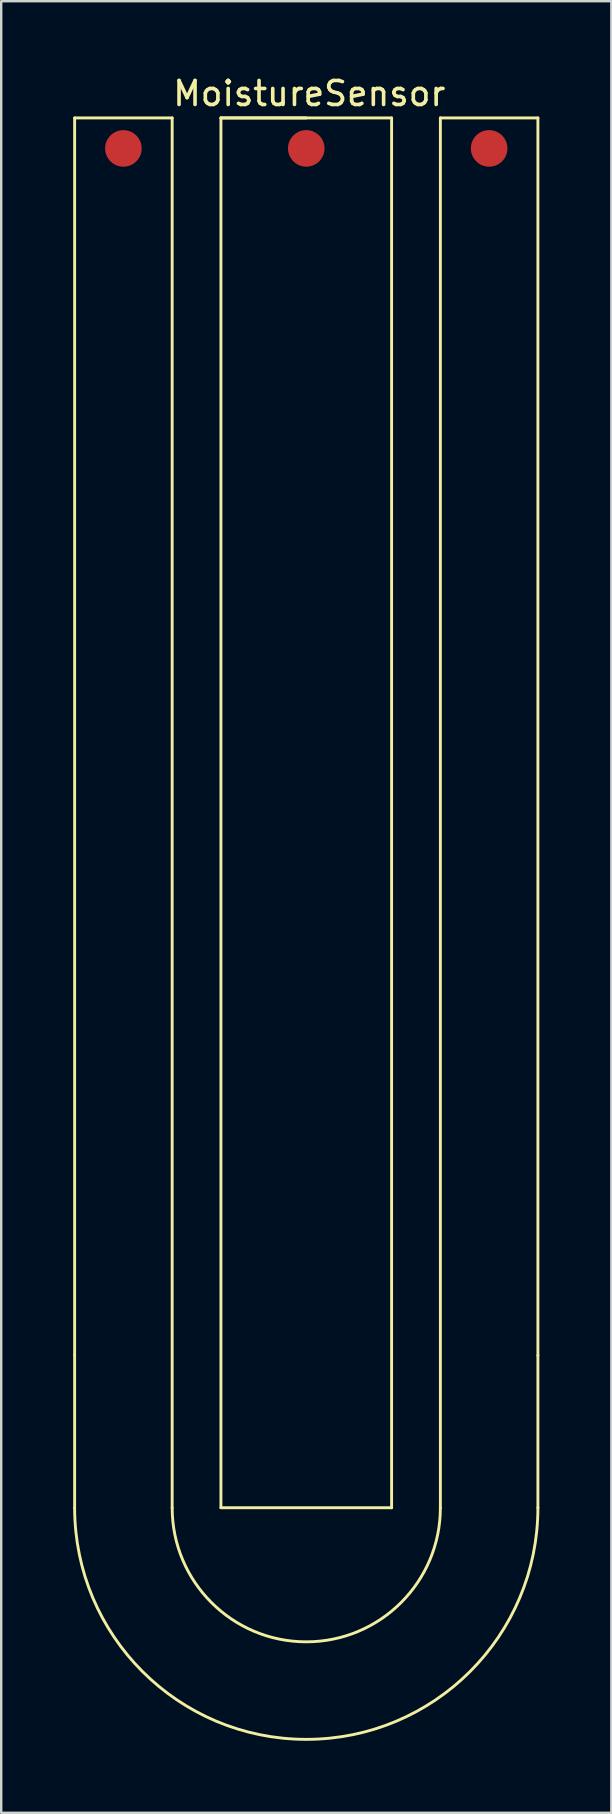
<source format=kicad_pcb>
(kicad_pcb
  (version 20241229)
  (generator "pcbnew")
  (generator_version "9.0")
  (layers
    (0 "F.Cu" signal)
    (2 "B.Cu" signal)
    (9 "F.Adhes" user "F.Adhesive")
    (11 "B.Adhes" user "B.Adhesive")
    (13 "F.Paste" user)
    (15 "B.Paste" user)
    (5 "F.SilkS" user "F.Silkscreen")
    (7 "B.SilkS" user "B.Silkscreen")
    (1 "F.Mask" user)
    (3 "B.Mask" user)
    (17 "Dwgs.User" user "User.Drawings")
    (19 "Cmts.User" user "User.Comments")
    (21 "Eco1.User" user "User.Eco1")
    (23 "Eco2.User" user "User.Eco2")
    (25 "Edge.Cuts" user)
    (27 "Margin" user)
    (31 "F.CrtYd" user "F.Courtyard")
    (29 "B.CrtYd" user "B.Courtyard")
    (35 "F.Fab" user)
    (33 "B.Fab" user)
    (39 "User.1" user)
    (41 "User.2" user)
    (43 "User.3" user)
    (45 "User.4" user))
  (footprint "MoistureSensor"
    (layer "F.Cu")
    (at 9.712 1.864)
    (property "Reference" "MoistureSensor" (at 0.127 -1.016 0) (layer "F.SilkS") (effects (font (size 1 1) (thickness 0.15))))
    (attr through_hole)
    (fp_line (start -9.652 0) (end -9.652 51.562) (stroke (width 0.12) (type solid)) (layer "F.SilkS"))
    (fp_line (start -9.652 0) (end -5.588 0) (stroke (width 0.12) (type solid)) (layer "F.SilkS"))
    (fp_line (start -9.652 57.912) (end -9.652 51.562) (stroke (width 0.12) (type solid)) (layer "F.SilkS"))
    (fp_line (start -5.588 57.912) (end -5.588 0) (stroke (width 0.12) (type solid)) (layer "F.SilkS"))
    (fp_line (start -3.556 0) (end -3.556 57.912) (stroke (width 0.12) (type solid)) (layer "F.SilkS"))
    (fp_line (start -3.556 0) (end 3.556 0) (stroke (width 0.12) (type solid)) (layer "F.SilkS"))
    (fp_line (start 0 0) (end -3.556 0) (stroke (width 0.12) (type solid)) (layer "F.SilkS"))
    (fp_line (start 3.556 0) (end 3.556 57.912) (stroke (width 0.12) (type solid)) (layer "F.SilkS"))
    (fp_line (start 3.556 57.912) (end -3.556 57.912) (stroke (width 0.12) (type solid)) (layer "F.SilkS"))
    (fp_line (start 5.588 0) (end 9.652 0) (stroke (width 0.12) (type solid)) (layer "F.SilkS"))
    (fp_line (start 5.588 57.912) (end 5.588 0) (stroke (width 0.12) (type solid)) (layer "F.SilkS"))
    (fp_line (start 9.652 51.562) (end 9.652 0) (stroke (width 0.12) (type solid)) (layer "F.SilkS"))
    (fp_line (start 9.652 57.912) (end 9.652 51.562) (stroke (width 0.12) (type solid)) (layer "F.SilkS"))
    (fp_arc (start 5.588 57.912) (mid 0 63.5) (end -5.588 57.912) (stroke (width 0.12) (type solid)) (layer "F.SilkS"))
    (fp_arc (start 9.652 57.912) (mid 0 67.564) (end -9.652 57.912) (stroke (width 0.12) (type solid)) (layer "F.SilkS"))
    (pad "1" smd circle (at -7.62 1.27) (size 1.524 1.524) (layers "F.Cu" "F.Mask" "F.Paste"))
    (pad "2" smd circle (at 0 1.27) (size 1.524 1.524) (layers "F.Cu" "F.Mask" "F.Paste"))
    (pad "3" smd circle (at 7.62 1.27) (size 1.524 1.524) (layers "F.Cu" "F.Mask" "F.Paste")))
  (gr_rect
    (start -3 -3)
    (end 22.424 72.488)
    (stroke (width 0.1) (type default))
    (fill no)
    (layer "Edge.Cuts")))
</source>
